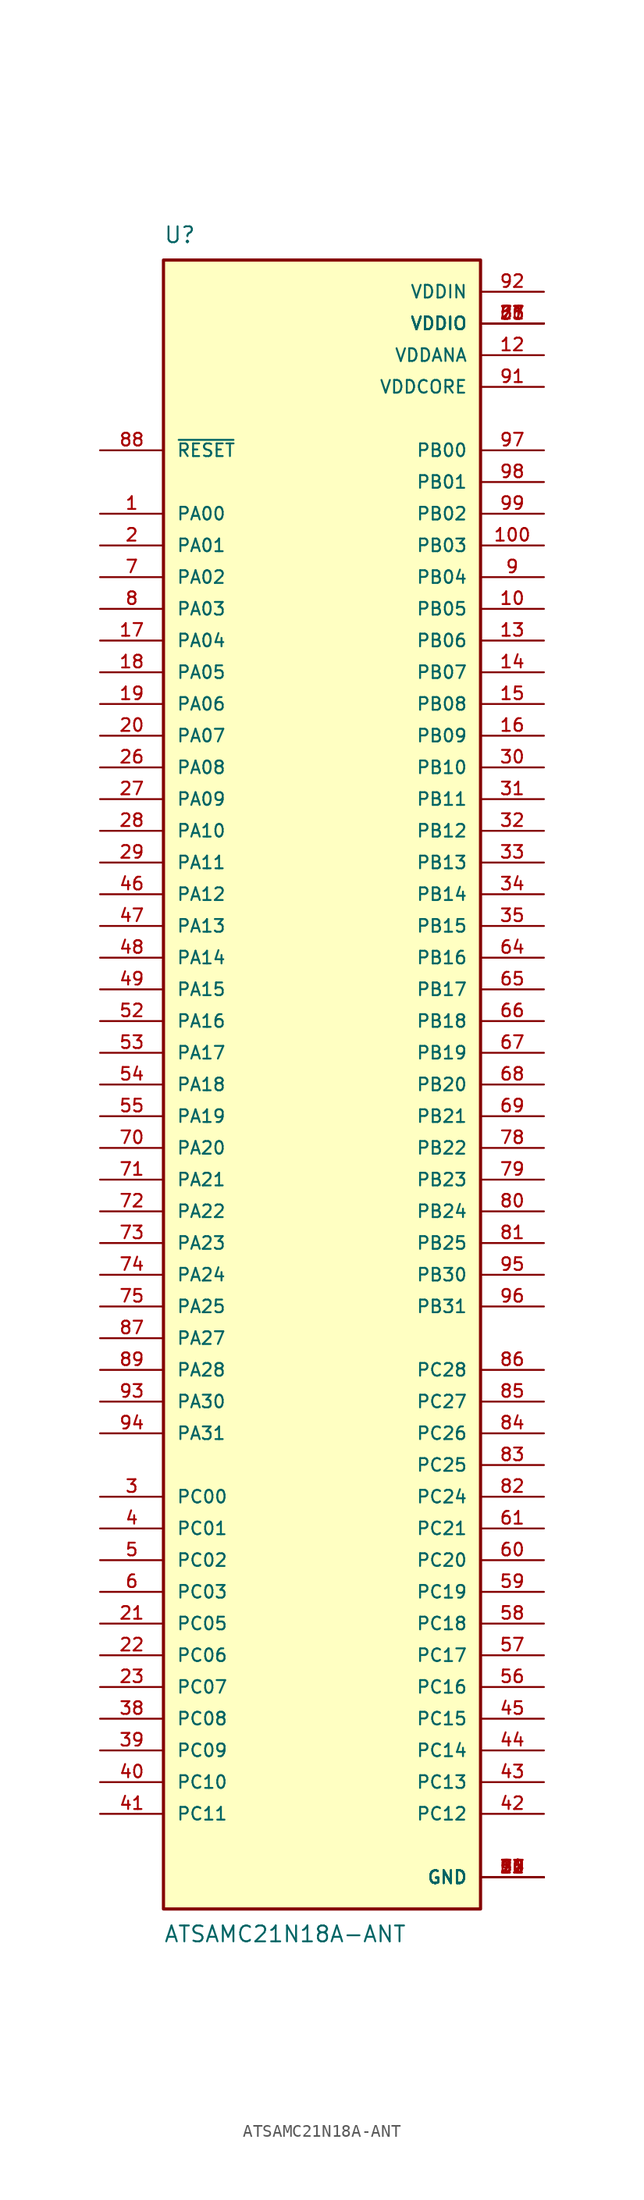
<source format=kicad_sym>
(kicad_symbol_lib
  (version 20211014)
  (generator kicad_symbol_editor)
  (symbol "ATSAMC21N18A-ANT"
    (pin_names
      (offset 1.016))
    (property "Reference" "U"
      (at -12.7 67.31 0)
      (effects (font (size 1.27 1.27)) (justify bottom left)))
    (property "Value" "ATSAMC21N18A-ANT"
      (at -12.7 -67.31 0.0)
      (effects (font (size 1.27 1.27)) (justify top left)))
    (symbol "ATSAMC21N18A-ANT_0_0"
      (rectangle (start -12.7 -66.04) (end 12.7 66.04) (stroke (width 0.254)) (fill (type background)))
      (pin bidirectional line (at -17.78 45.72 0) (length 5.08) (name "PA00" (effects (font (size 1.016 1.016)))) (number "1" (effects (font (size 1.016 1.016)))))
      (pin bidirectional line (at -17.78 43.18 0) (length 5.08) (name "PA01" (effects (font (size 1.016 1.016)))) (number "2" (effects (font (size 1.016 1.016)))))
      (pin bidirectional line (at -17.78 -33.02 0) (length 5.08) (name "PC00" (effects (font (size 1.016 1.016)))) (number "3" (effects (font (size 1.016 1.016)))))
      (pin bidirectional line (at -17.78 -35.56 0) (length 5.08) (name "PC01" (effects (font (size 1.016 1.016)))) (number "4" (effects (font (size 1.016 1.016)))))
      (pin bidirectional line (at -17.78 -38.1 0) (length 5.08) (name "PC02" (effects (font (size 1.016 1.016)))) (number "5" (effects (font (size 1.016 1.016)))))
      (pin bidirectional line (at -17.78 -40.64 0) (length 5.08) (name "PC03" (effects (font (size 1.016 1.016)))) (number "6" (effects (font (size 1.016 1.016)))))
      (pin bidirectional line (at -17.78 40.64 0) (length 5.08) (name "PA02" (effects (font (size 1.016 1.016)))) (number "7" (effects (font (size 1.016 1.016)))))
      (pin bidirectional line (at -17.78 38.1 0) (length 5.08) (name "PA03" (effects (font (size 1.016 1.016)))) (number "8" (effects (font (size 1.016 1.016)))))
      (pin bidirectional line (at 17.78 40.64 180.0) (length 5.08) (name "PB04" (effects (font (size 1.016 1.016)))) (number "9" (effects (font (size 1.016 1.016)))))
      (pin bidirectional line (at 17.78 38.1 180.0) (length 5.08) (name "PB05" (effects (font (size 1.016 1.016)))) (number "10" (effects (font (size 1.016 1.016)))))
      (pin bidirectional line (at 17.78 35.56 180.0) (length 5.08) (name "PB06" (effects (font (size 1.016 1.016)))) (number "13" (effects (font (size 1.016 1.016)))))
      (pin bidirectional line (at 17.78 33.02 180.0) (length 5.08) (name "PB07" (effects (font (size 1.016 1.016)))) (number "14" (effects (font (size 1.016 1.016)))))
      (pin bidirectional line (at 17.78 30.48 180.0) (length 5.08) (name "PB08" (effects (font (size 1.016 1.016)))) (number "15" (effects (font (size 1.016 1.016)))))
      (pin bidirectional line (at 17.78 27.94 180.0) (length 5.08) (name "PB09" (effects (font (size 1.016 1.016)))) (number "16" (effects (font (size 1.016 1.016)))))
      (pin bidirectional line (at -17.78 35.56 0) (length 5.08) (name "PA04" (effects (font (size 1.016 1.016)))) (number "17" (effects (font (size 1.016 1.016)))))
      (pin bidirectional line (at -17.78 33.02 0) (length 5.08) (name "PA05" (effects (font (size 1.016 1.016)))) (number "18" (effects (font (size 1.016 1.016)))))
      (pin bidirectional line (at -17.78 30.48 0) (length 5.08) (name "PA06" (effects (font (size 1.016 1.016)))) (number "19" (effects (font (size 1.016 1.016)))))
      (pin bidirectional line (at -17.78 27.94 0) (length 5.08) (name "PA07" (effects (font (size 1.016 1.016)))) (number "20" (effects (font (size 1.016 1.016)))))
      (pin bidirectional line (at -17.78 -43.18 0) (length 5.08) (name "PC05" (effects (font (size 1.016 1.016)))) (number "21" (effects (font (size 1.016 1.016)))))
      (pin bidirectional line (at -17.78 -45.72 0) (length 5.08) (name "PC06" (effects (font (size 1.016 1.016)))) (number "22" (effects (font (size 1.016 1.016)))))
      (pin bidirectional line (at -17.78 -48.26 0) (length 5.08) (name "PC07" (effects (font (size 1.016 1.016)))) (number "23" (effects (font (size 1.016 1.016)))))
      (pin bidirectional line (at -17.78 25.4 0) (length 5.08) (name "PA08" (effects (font (size 1.016 1.016)))) (number "26" (effects (font (size 1.016 1.016)))))
      (pin bidirectional line (at -17.78 22.86 0) (length 5.08) (name "PA09" (effects (font (size 1.016 1.016)))) (number "27" (effects (font (size 1.016 1.016)))))
      (pin bidirectional line (at -17.78 20.32 0) (length 5.08) (name "PA10" (effects (font (size 1.016 1.016)))) (number "28" (effects (font (size 1.016 1.016)))))
      (pin bidirectional line (at -17.78 17.78 0) (length 5.08) (name "PA11" (effects (font (size 1.016 1.016)))) (number "29" (effects (font (size 1.016 1.016)))))
      (pin bidirectional line (at 17.78 25.4 180.0) (length 5.08) (name "PB10" (effects (font (size 1.016 1.016)))) (number "30" (effects (font (size 1.016 1.016)))))
      (pin bidirectional line (at 17.78 22.86 180.0) (length 5.08) (name "PB11" (effects (font (size 1.016 1.016)))) (number "31" (effects (font (size 1.016 1.016)))))
      (pin bidirectional line (at 17.78 20.32 180.0) (length 5.08) (name "PB12" (effects (font (size 1.016 1.016)))) (number "32" (effects (font (size 1.016 1.016)))))
      (pin bidirectional line (at 17.78 17.78 180.0) (length 5.08) (name "PB13" (effects (font (size 1.016 1.016)))) (number "33" (effects (font (size 1.016 1.016)))))
      (pin bidirectional line (at 17.78 15.24 180.0) (length 5.08) (name "PB14" (effects (font (size 1.016 1.016)))) (number "34" (effects (font (size 1.016 1.016)))))
      (pin bidirectional line (at 17.78 12.7 180.0) (length 5.08) (name "PB15" (effects (font (size 1.016 1.016)))) (number "35" (effects (font (size 1.016 1.016)))))
      (pin bidirectional line (at -17.78 -50.8 0) (length 5.08) (name "PC08" (effects (font (size 1.016 1.016)))) (number "38" (effects (font (size 1.016 1.016)))))
      (pin bidirectional line (at -17.78 -53.34 0) (length 5.08) (name "PC09" (effects (font (size 1.016 1.016)))) (number "39" (effects (font (size 1.016 1.016)))))
      (pin bidirectional line (at -17.78 -55.88 0) (length 5.08) (name "PC10" (effects (font (size 1.016 1.016)))) (number "40" (effects (font (size 1.016 1.016)))))
      (pin bidirectional line (at -17.78 -58.42 0) (length 5.08) (name "PC11" (effects (font (size 1.016 1.016)))) (number "41" (effects (font (size 1.016 1.016)))))
      (pin bidirectional line (at 17.78 -58.42 180.0) (length 5.08) (name "PC12" (effects (font (size 1.016 1.016)))) (number "42" (effects (font (size 1.016 1.016)))))
      (pin bidirectional line (at 17.78 -55.88 180.0) (length 5.08) (name "PC13" (effects (font (size 1.016 1.016)))) (number "43" (effects (font (size 1.016 1.016)))))
      (pin bidirectional line (at 17.78 -53.34 180.0) (length 5.08) (name "PC14" (effects (font (size 1.016 1.016)))) (number "44" (effects (font (size 1.016 1.016)))))
      (pin bidirectional line (at 17.78 -50.8 180.0) (length 5.08) (name "PC15" (effects (font (size 1.016 1.016)))) (number "45" (effects (font (size 1.016 1.016)))))
      (pin bidirectional line (at -17.78 15.24 0) (length 5.08) (name "PA12" (effects (font (size 1.016 1.016)))) (number "46" (effects (font (size 1.016 1.016)))))
      (pin bidirectional line (at -17.78 12.7 0) (length 5.08) (name "PA13" (effects (font (size 1.016 1.016)))) (number "47" (effects (font (size 1.016 1.016)))))
      (pin bidirectional line (at -17.78 10.16 0) (length 5.08) (name "PA14" (effects (font (size 1.016 1.016)))) (number "48" (effects (font (size 1.016 1.016)))))
      (pin bidirectional line (at -17.78 7.62 0) (length 5.08) (name "PA15" (effects (font (size 1.016 1.016)))) (number "49" (effects (font (size 1.016 1.016)))))
      (pin bidirectional line (at -17.78 5.08 0) (length 5.08) (name "PA16" (effects (font (size 1.016 1.016)))) (number "52" (effects (font (size 1.016 1.016)))))
      (pin bidirectional line (at -17.78 2.54 0) (length 5.08) (name "PA17" (effects (font (size 1.016 1.016)))) (number "53" (effects (font (size 1.016 1.016)))))
      (pin bidirectional line (at -17.78 0.0 0) (length 5.08) (name "PA18" (effects (font (size 1.016 1.016)))) (number "54" (effects (font (size 1.016 1.016)))))
      (pin bidirectional line (at -17.78 -2.54 0) (length 5.08) (name "PA19" (effects (font (size 1.016 1.016)))) (number "55" (effects (font (size 1.016 1.016)))))
      (pin bidirectional line (at 17.78 -48.26 180.0) (length 5.08) (name "PC16" (effects (font (size 1.016 1.016)))) (number "56" (effects (font (size 1.016 1.016)))))
      (pin bidirectional line (at 17.78 -45.72 180.0) (length 5.08) (name "PC17" (effects (font (size 1.016 1.016)))) (number "57" (effects (font (size 1.016 1.016)))))
      (pin bidirectional line (at 17.78 -43.18 180.0) (length 5.08) (name "PC18" (effects (font (size 1.016 1.016)))) (number "58" (effects (font (size 1.016 1.016)))))
      (pin bidirectional line (at 17.78 -40.64 180.0) (length 5.08) (name "PC19" (effects (font (size 1.016 1.016)))) (number "59" (effects (font (size 1.016 1.016)))))
      (pin bidirectional line (at 17.78 -38.1 180.0) (length 5.08) (name "PC20" (effects (font (size 1.016 1.016)))) (number "60" (effects (font (size 1.016 1.016)))))
      (pin bidirectional line (at 17.78 -35.56 180.0) (length 5.08) (name "PC21" (effects (font (size 1.016 1.016)))) (number "61" (effects (font (size 1.016 1.016)))))
      (pin bidirectional line (at 17.78 10.16 180.0) (length 5.08) (name "PB16" (effects (font (size 1.016 1.016)))) (number "64" (effects (font (size 1.016 1.016)))))
      (pin bidirectional line (at 17.78 7.62 180.0) (length 5.08) (name "PB17" (effects (font (size 1.016 1.016)))) (number "65" (effects (font (size 1.016 1.016)))))
      (pin bidirectional line (at 17.78 5.08 180.0) (length 5.08) (name "PB18" (effects (font (size 1.016 1.016)))) (number "66" (effects (font (size 1.016 1.016)))))
      (pin bidirectional line (at 17.78 2.54 180.0) (length 5.08) (name "PB19" (effects (font (size 1.016 1.016)))) (number "67" (effects (font (size 1.016 1.016)))))
      (pin bidirectional line (at 17.78 0.0 180.0) (length 5.08) (name "PB20" (effects (font (size 1.016 1.016)))) (number "68" (effects (font (size 1.016 1.016)))))
      (pin bidirectional line (at 17.78 -2.54 180.0) (length 5.08) (name "PB21" (effects (font (size 1.016 1.016)))) (number "69" (effects (font (size 1.016 1.016)))))
      (pin bidirectional line (at -17.78 -5.08 0) (length 5.08) (name "PA20" (effects (font (size 1.016 1.016)))) (number "70" (effects (font (size 1.016 1.016)))))
      (pin bidirectional line (at -17.78 -7.62 0) (length 5.08) (name "PA21" (effects (font (size 1.016 1.016)))) (number "71" (effects (font (size 1.016 1.016)))))
      (pin bidirectional line (at -17.78 -10.16 0) (length 5.08) (name "PA22" (effects (font (size 1.016 1.016)))) (number "72" (effects (font (size 1.016 1.016)))))
      (pin bidirectional line (at -17.78 -12.7 0) (length 5.08) (name "PA23" (effects (font (size 1.016 1.016)))) (number "73" (effects (font (size 1.016 1.016)))))
      (pin bidirectional line (at -17.78 -15.24 0) (length 5.08) (name "PA24" (effects (font (size 1.016 1.016)))) (number "74" (effects (font (size 1.016 1.016)))))
      (pin bidirectional line (at -17.78 -17.78 0) (length 5.08) (name "PA25" (effects (font (size 1.016 1.016)))) (number "75" (effects (font (size 1.016 1.016)))))
      (pin bidirectional line (at 17.78 -5.08 180.0) (length 5.08) (name "PB22" (effects (font (size 1.016 1.016)))) (number "78" (effects (font (size 1.016 1.016)))))
      (pin bidirectional line (at 17.78 -7.62 180.0) (length 5.08) (name "PB23" (effects (font (size 1.016 1.016)))) (number "79" (effects (font (size 1.016 1.016)))))
      (pin bidirectional line (at 17.78 -10.16 180.0) (length 5.08) (name "PB24" (effects (font (size 1.016 1.016)))) (number "80" (effects (font (size 1.016 1.016)))))
      (pin bidirectional line (at 17.78 -12.7 180.0) (length 5.08) (name "PB25" (effects (font (size 1.016 1.016)))) (number "81" (effects (font (size 1.016 1.016)))))
      (pin bidirectional line (at 17.78 -33.02 180.0) (length 5.08) (name "PC24" (effects (font (size 1.016 1.016)))) (number "82" (effects (font (size 1.016 1.016)))))
      (pin bidirectional line (at 17.78 -30.48 180.0) (length 5.08) (name "PC25" (effects (font (size 1.016 1.016)))) (number "83" (effects (font (size 1.016 1.016)))))
      (pin bidirectional line (at 17.78 -27.94 180.0) (length 5.08) (name "PC26" (effects (font (size 1.016 1.016)))) (number "84" (effects (font (size 1.016 1.016)))))
      (pin bidirectional line (at 17.78 -25.4 180.0) (length 5.08) (name "PC27" (effects (font (size 1.016 1.016)))) (number "85" (effects (font (size 1.016 1.016)))))
      (pin bidirectional line (at 17.78 -22.86 180.0) (length 5.08) (name "PC28" (effects (font (size 1.016 1.016)))) (number "86" (effects (font (size 1.016 1.016)))))
      (pin bidirectional line (at -17.78 -20.32 0) (length 5.08) (name "PA27" (effects (font (size 1.016 1.016)))) (number "87" (effects (font (size 1.016 1.016)))))
      (pin bidirectional line (at -17.78 -22.86 0) (length 5.08) (name "PA28" (effects (font (size 1.016 1.016)))) (number "89" (effects (font (size 1.016 1.016)))))
      (pin bidirectional line (at -17.78 -25.4 0) (length 5.08) (name "PA30" (effects (font (size 1.016 1.016)))) (number "93" (effects (font (size 1.016 1.016)))))
      (pin bidirectional line (at -17.78 -27.94 0) (length 5.08) (name "PA31" (effects (font (size 1.016 1.016)))) (number "94" (effects (font (size 1.016 1.016)))))
      (pin bidirectional line (at 17.78 -15.24 180.0) (length 5.08) (name "PB30" (effects (font (size 1.016 1.016)))) (number "95" (effects (font (size 1.016 1.016)))))
      (pin bidirectional line (at 17.78 -17.78 180.0) (length 5.08) (name "PB31" (effects (font (size 1.016 1.016)))) (number "96" (effects (font (size 1.016 1.016)))))
      (pin bidirectional line (at 17.78 50.8 180.0) (length 5.08) (name "PB00" (effects (font (size 1.016 1.016)))) (number "97" (effects (font (size 1.016 1.016)))))
      (pin bidirectional line (at 17.78 48.26 180.0) (length 5.08) (name "PB01" (effects (font (size 1.016 1.016)))) (number "98" (effects (font (size 1.016 1.016)))))
      (pin bidirectional line (at 17.78 45.72 180.0) (length 5.08) (name "PB02" (effects (font (size 1.016 1.016)))) (number "99" (effects (font (size 1.016 1.016)))))
      (pin bidirectional line (at 17.78 43.18 180.0) (length 5.08) (name "PB03" (effects (font (size 1.016 1.016)))) (number "100" (effects (font (size 1.016 1.016)))))
      (pin power_in line (at 17.78 58.42 180.0) (length 5.08) (name "VDDANA" (effects (font (size 1.016 1.016)))) (number "12" (effects (font (size 1.016 1.016)))))
      (pin power_in line (at 17.78 60.96 180.0) (length 5.08) (name "VDDIO" (effects (font (size 1.016 1.016)))) (number "25" (effects (font (size 1.016 1.016)))))
      (pin power_in line (at 17.78 60.96 180.0) (length 5.08) (name "VDDIO" (effects (font (size 1.016 1.016)))) (number "36" (effects (font (size 1.016 1.016)))))
      (pin power_in line (at 17.78 60.96 180.0) (length 5.08) (name "VDDIO" (effects (font (size 1.016 1.016)))) (number "51" (effects (font (size 1.016 1.016)))))
      (pin power_in line (at 17.78 60.96 180.0) (length 5.08) (name "VDDIO" (effects (font (size 1.016 1.016)))) (number "63" (effects (font (size 1.016 1.016)))))
      (pin power_in line (at 17.78 60.96 180.0) (length 5.08) (name "VDDIO" (effects (font (size 1.016 1.016)))) (number "77" (effects (font (size 1.016 1.016)))))
      (pin power_in line (at 17.78 55.88 180.0) (length 5.08) (name "VDDCORE" (effects (font (size 1.016 1.016)))) (number "91" (effects (font (size 1.016 1.016)))))
      (pin power_in line (at 17.78 63.5 180.0) (length 5.08) (name "VDDIN" (effects (font (size 1.016 1.016)))) (number "92" (effects (font (size 1.016 1.016)))))
      (pin power_in line (at 17.78 -63.5 180.0) (length 5.08) (name "GND" (effects (font (size 1.016 1.016)))) (number "11" (effects (font (size 1.016 1.016)))))
      (pin power_in line (at 17.78 -63.5 180.0) (length 5.08) (name "GND" (effects (font (size 1.016 1.016)))) (number "24" (effects (font (size 1.016 1.016)))))
      (pin power_in line (at 17.78 -63.5 180.0) (length 5.08) (name "GND" (effects (font (size 1.016 1.016)))) (number "37" (effects (font (size 1.016 1.016)))))
      (pin power_in line (at 17.78 -63.5 180.0) (length 5.08) (name "GND" (effects (font (size 1.016 1.016)))) (number "50" (effects (font (size 1.016 1.016)))))
      (pin power_in line (at 17.78 -63.5 180.0) (length 5.08) (name "GND" (effects (font (size 1.016 1.016)))) (number "62" (effects (font (size 1.016 1.016)))))
      (pin power_in line (at 17.78 -63.5 180.0) (length 5.08) (name "GND" (effects (font (size 1.016 1.016)))) (number "76" (effects (font (size 1.016 1.016)))))
      (pin power_in line (at 17.78 -63.5 180.0) (length 5.08) (name "GND" (effects (font (size 1.016 1.016)))) (number "90" (effects (font (size 1.016 1.016)))))
      (pin input line (at -17.78 50.8 0) (length 5.08) (name "~{RESET}" (effects (font (size 1.016 1.016)))) (number "88" (effects (font (size 1.016 1.016))))))))
</source>
